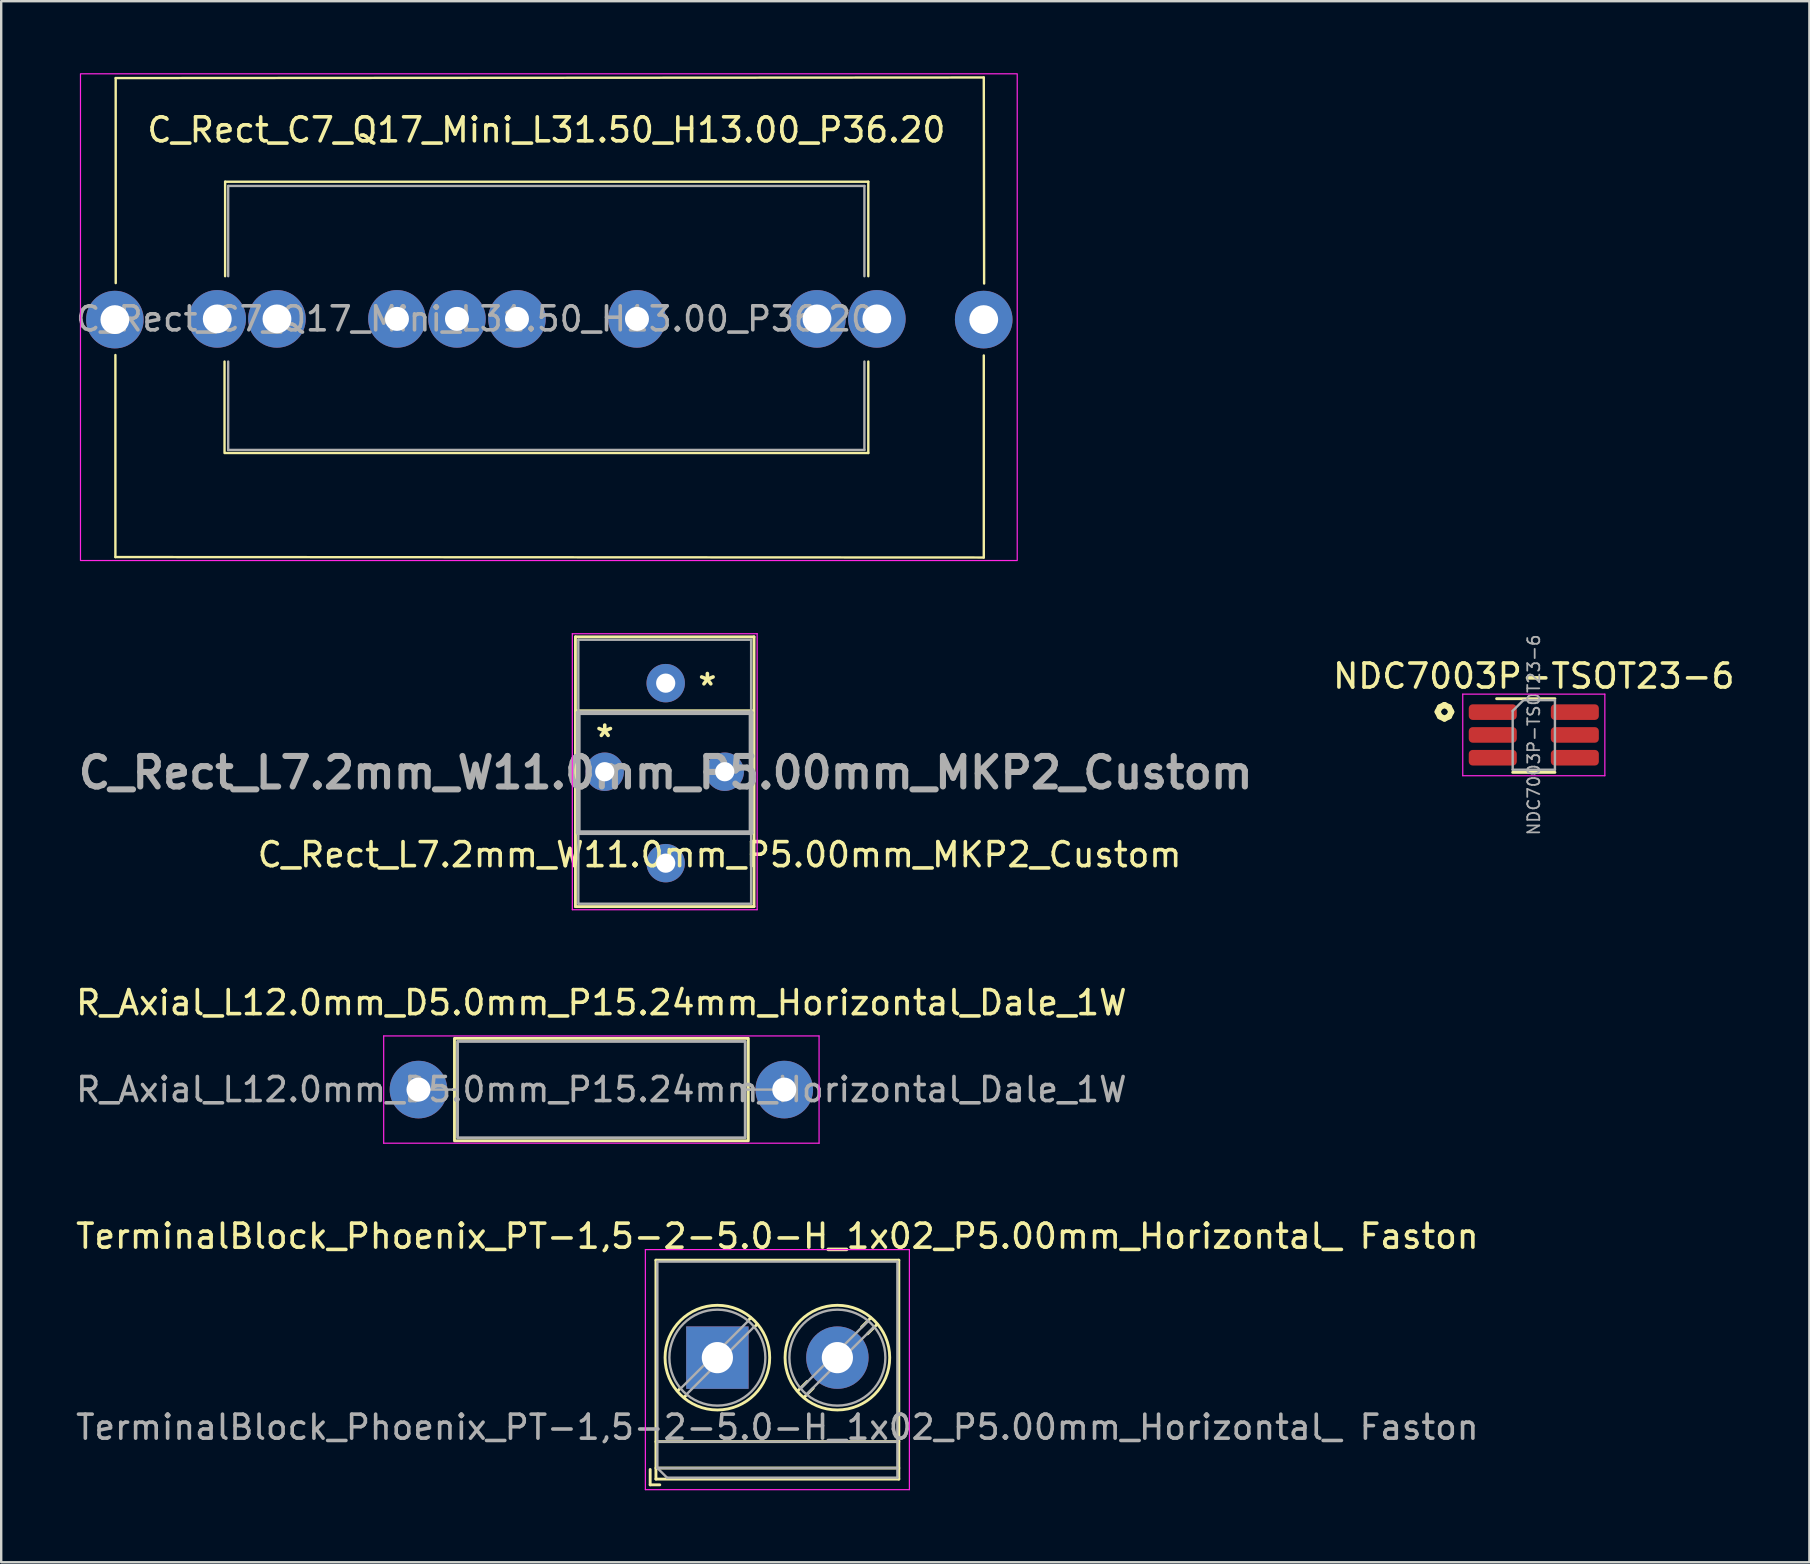
<source format=kicad_pcb>
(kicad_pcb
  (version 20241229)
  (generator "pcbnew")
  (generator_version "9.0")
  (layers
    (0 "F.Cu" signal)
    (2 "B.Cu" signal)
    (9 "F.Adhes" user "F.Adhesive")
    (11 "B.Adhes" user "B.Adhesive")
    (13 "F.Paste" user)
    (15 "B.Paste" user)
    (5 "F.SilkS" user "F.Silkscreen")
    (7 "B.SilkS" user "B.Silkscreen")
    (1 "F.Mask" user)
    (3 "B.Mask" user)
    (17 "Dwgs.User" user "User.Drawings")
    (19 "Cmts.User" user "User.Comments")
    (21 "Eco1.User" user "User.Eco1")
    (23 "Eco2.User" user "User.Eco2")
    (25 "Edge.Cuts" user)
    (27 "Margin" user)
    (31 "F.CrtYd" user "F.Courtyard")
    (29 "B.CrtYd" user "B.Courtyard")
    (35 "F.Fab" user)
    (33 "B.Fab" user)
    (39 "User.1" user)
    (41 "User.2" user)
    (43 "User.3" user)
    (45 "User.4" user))
  (footprint "R_Axial_L12.0mm_D5.0mm_P15.24mm_Horizontal_Dale_1W"
    (layer "F.Cu")
    (at 14.386 42.347)
    (property "Reference" "R_Axial_L12.0mm_D5.0mm_P15.24mm_Horizontal_Dale_1W" (at 7.62 -3.62 0) (layer "F.SilkS") (effects (font (size 1 1) (thickness 0.15))))
    (attr through_hole)
    (fp_line (start 1.44 0) (end 1.5 0) (stroke (width 0.12) (type solid)) (layer "F.SilkS"))
    (fp_line (start 13.8 0) (end 13.74 0) (stroke (width 0.12) (type solid)) (layer "F.SilkS"))
    (fp_rect (start 1.499 -2.134) (end 13.741 2.134) (stroke (width 0.12) (type solid)) (fill no) (layer "F.SilkS"))
    (fp_line (start -1.45 -2.235) (end -1.45 2.235) (stroke (width 0.05) (type solid)) (layer "F.CrtYd"))
    (fp_line (start -1.45 2.235) (end 16.69 2.235) (stroke (width 0.05) (type solid)) (layer "F.CrtYd"))
    (fp_line (start 16.69 -2.235) (end -1.45 -2.235) (stroke (width 0.05) (type solid)) (layer "F.CrtYd"))
    (fp_line (start 16.69 2.235) (end 16.69 -2.235) (stroke (width 0.05) (type solid)) (layer "F.CrtYd"))
    (fp_line (start 0 0) (end 1.62 0) (stroke (width 0.1) (type solid)) (layer "F.Fab"))
    (fp_line (start 15.24 0) (end 13.62 0) (stroke (width 0.1) (type solid)) (layer "F.Fab"))
    (fp_rect (start 1.626 -2.007) (end 13.614 2.007) (stroke (width 0.12) (type solid)) (fill no) (layer "F.Fab"))
    (fp_text user "${REFERENCE}" (at 7.62 0 0) (layer "F.Fab") (effects (font (size 1 1) (thickness 0.15))))
    (pad "1" thru_hole circle (at 0 0) (size 2.4 2.4) (drill 1) (layers "*.Cu" "*.Mask"))
    (pad "2" thru_hole circle (at 15.24 0) (size 2.4 2.4) (drill 1) (layers "*.Cu" "*.Mask")))
  (footprint "C_Rect_C7_Q17_Mini_L31.50_H13.00_P36.20"
    (layer "F.Cu")
    (at 8.489 10.236)
    (property "Reference" "C_Rect_C7_Q17_Mini_L31.50_H13.00_P36.20" (at 11.227 -7.874 0) (layer "F.SilkS") (effects (font (size 1 1) (thickness 0.15))))
    (attr through_hole)
    (fp_line (start -6.731 9.924) (end -6.731 1.506) (stroke (width 0.1) (type solid)) (layer "F.SilkS"))
    (fp_line (start -6.719 -10.033) (end 29.45 -10.058) (stroke (width 0.1) (type solid)) (layer "F.SilkS"))
    (fp_line (start -6.717 -1.491) (end -6.719 -10.033) (stroke (width 0.1) (type solid)) (layer "F.SilkS"))
    (fp_line (start -2.184 1.778) (end -2.184 5.588) (stroke (width 0.1) (type solid)) (layer "F.SilkS"))
    (fp_line (start -2.159 -5.715) (end -2.159 -1.778) (stroke (width 0.1) (type solid)) (layer "F.SilkS"))
    (fp_line (start -2.159 -5.715) (end 24.638 -5.715) (stroke (width 0.1) (type solid)) (layer "F.SilkS"))
    (fp_line (start 24.638 -5.715) (end 24.638 -1.778) (stroke (width 0.1) (type solid)) (layer "F.SilkS"))
    (fp_line (start 24.638 1.778) (end 24.638 5.588) (stroke (width 0.1) (type solid)) (layer "F.SilkS"))
    (fp_line (start 24.638 5.588) (end -2.159 5.588) (stroke (width 0.1) (type solid)) (layer "F.SilkS"))
    (fp_line (start 29.45 9.942) (end -6.731 9.924) (stroke (width 0.1) (type solid)) (layer "F.SilkS"))
    (fp_line (start 29.45 9.942) (end 29.45 1.524) (stroke (width 0.1) (type solid)) (layer "F.SilkS"))
    (fp_line (start 29.464 -1.473) (end 29.45 -10.058) (stroke (width 0.1) (type solid)) (layer "F.SilkS"))
    (fp_rect (start -8.186 -10.211) (end 30.843 10.068) (stroke (width 0.05) (type solid)) (fill no) (layer "F.CrtYd"))
    (fp_line (start -2.032 -5.539) (end -2.032 -1.778) (stroke (width 0.1) (type solid)) (layer "F.Fab"))
    (fp_line (start -2.032 -5.539) (end 24.476 -5.539) (stroke (width 0.1) (type solid)) (layer "F.Fab"))
    (fp_line (start -2.032 1.778) (end -2.032 5.461) (stroke (width 0.1) (type solid)) (layer "F.Fab"))
    (fp_line (start 24.476 -5.539) (end 24.476 -1.778) (stroke (width 0.1) (type solid)) (layer "F.Fab"))
    (fp_line (start 24.476 1.778) (end 24.476 5.461) (stroke (width 0.1) (type solid)) (layer "F.Fab"))
    (fp_line (start 24.476 5.461) (end -2.032 5.461) (stroke (width 0.1) (type solid)) (layer "F.Fab"))
    (fp_text user "${REFERENCE}" (at 8.255 0 0) (layer "F.Fab") (effects (font (size 1 1) (thickness 0.15))))
    (pad "1" thru_hole circle (at -6.753 0.03) (size 2.4 2.4) (drill 1.2) (layers "*.Cu" "*.Mask"))
    (pad "1" thru_hole circle (at -2.489 0) (size 2.4 2.4) (drill 1.2) (layers "*.Cu" "*.Mask"))
    (pad "1" thru_hole circle (at 0 0) (size 2.4 2.4) (drill 1.2) (layers "*.Cu" "*.Mask"))
    (pad "2" thru_hole circle (at 5 0 180) (size 2.4 2.4) (drill 1) (layers "*.Cu" "*.Mask"))
    (pad "2" thru_hole circle (at 7.5 0 180) (size 2.4 2.4) (drill 1) (layers "*.Cu" "*.Mask"))
    (pad "2" thru_hole circle (at 10 0 180) (size 2.4 2.4) (drill 1) (layers "*.Cu" "*.Mask"))
    (pad "2" thru_hole circle (at 15 0 180) (size 2.4 2.4) (drill 1) (layers "*.Cu" "*.Mask"))
    (pad "2" thru_hole circle (at 22.5 0 180) (size 2.4 2.4) (drill 1.2) (layers "*.Cu" "*.Mask"))
    (pad "2" thru_hole circle (at 24.994 0 180) (size 2.4 2.4) (drill 1.2) (layers "*.Cu" "*.Mask"))
    (pad "2" thru_hole circle (at 29.447 0.03 180) (size 2.4 2.4) (drill 1.2) (layers "*.Cu" "*.Mask")))
  (footprint "C_Rect_L7.2mm_W11.0mm_P5.00mm_MKP2_Custom"
    (layer "F.Cu")
    (at 22.146 29.103)
    (property "Reference" "C_Rect_L7.2mm_W11.0mm_P5.00mm_MKP2_Custom" (at 4.786 3.458 0) (layer "F.SilkS") (effects (font (size 1 1) (thickness 0.15))))
    (attr through_hole)
    (fp_line (start -1.22 -5.62) (end -1.22 5.62) (stroke (width 0.12) (type solid)) (layer "F.SilkS"))
    (fp_line (start -1.22 -5.62) (end 6.22 -5.62) (stroke (width 0.12) (type solid)) (layer "F.SilkS"))
    (fp_line (start -1.22 5.62) (end 6.22 5.62) (stroke (width 0.12) (type solid)) (layer "F.SilkS"))
    (fp_line (start 6.198 -2.54) (end -1.219 -2.54) (stroke (width 0.12) (type solid)) (layer "F.SilkS"))
    (fp_line (start 6.198 2.54) (end -1.219 2.54) (stroke (width 0.1) (type solid)) (layer "F.SilkS"))
    (fp_line (start 6.22 -5.62) (end 6.22 5.62) (stroke (width 0.12) (type solid)) (layer "F.SilkS"))
    (fp_line (start -1.35 -5.75) (end -1.35 5.75) (stroke (width 0.05) (type solid)) (layer "F.CrtYd"))
    (fp_line (start -1.35 5.75) (end 6.35 5.75) (stroke (width 0.05) (type solid)) (layer "F.CrtYd"))
    (fp_line (start 6.35 -5.75) (end -1.35 -5.75) (stroke (width 0.05) (type solid)) (layer "F.CrtYd"))
    (fp_line (start 6.35 5.75) (end 6.35 -5.75) (stroke (width 0.05) (type solid)) (layer "F.CrtYd"))
    (fp_line (start -1.104 -2.46) (end 6.096 -2.46) (stroke (width 0.2) (type solid)) (layer "F.Fab"))
    (fp_line (start -1.104 2.54) (end -1.104 -2.46) (stroke (width 0.2) (type solid)) (layer "F.Fab"))
    (fp_line (start -1.1 -5.5) (end -1.1 5.5) (stroke (width 0.1) (type solid)) (layer "F.Fab"))
    (fp_line (start -1.1 5.5) (end 6.1 5.5) (stroke (width 0.1) (type solid)) (layer "F.Fab"))
    (fp_line (start 6.096 -2.46) (end 6.096 2.54) (stroke (width 0.2) (type solid)) (layer "F.Fab"))
    (fp_line (start 6.096 2.54) (end -1.104 2.54) (stroke (width 0.2) (type solid)) (layer "F.Fab"))
    (fp_line (start 6.1 -5.5) (end -1.1 -5.5) (stroke (width 0.1) (type solid)) (layer "F.Fab"))
    (fp_line (start 6.1 5.5) (end 6.1 -5.5) (stroke (width 0.1) (type solid)) (layer "F.Fab"))
    (fp_text user "*" (at 4.276 -3.546 0) (layer "F.SilkS") (effects (font (size 1 1) (thickness 0.15))))
    (fp_text user "*" (at 0 -1.397 0) (layer "F.SilkS") (effects (font (size 1 1) (thickness 0.15))))
    (fp_text user "${REFERENCE}" (at 2.54 0.04 0) (layer "F.Fab") (effects (font (size 1.27 1.27) (thickness 0.254))))
    (pad "1" thru_hole circle (at 0 0) (size 1.6 1.6) (drill 0.8) (layers "*.Cu" "*.Mask"))
    (pad "1" thru_hole circle (at 2.54 -3.69 270) (size 1.6 1.6) (drill 0.8) (layers "*.Cu" "*.Mask"))
    (pad "2" thru_hole circle (at 2.54 3.81 270) (size 1.6 1.6) (drill 0.8) (layers "*.Cu" "*.Mask"))
    (pad "2" thru_hole circle (at 5 0) (size 1.6 1.6) (drill 0.8) (layers "*.Cu" "*.Mask")))
  (footprint "NDC7003P-TSOT23-6"
    (layer "F.Cu")
    (at 60.855 27.57)
    (property "Reference" "NDC7003P-TSOT23-6" (at 0 -2.45 0) (layer "F.SilkS") (effects (font (size 1 1) (thickness 0.15))))
    (attr smd)
    (fp_line (start -0.88 1.56) (end 0.88 1.56) (stroke (width 0.12) (type solid)) (layer "F.SilkS"))
    (fp_line (start 0.88 -1.51) (end -1.55 -1.51) (stroke (width 0.12) (type solid)) (layer "F.SilkS"))
    (fp_line (start -2.96 -1.7) (end -2.96 1.7) (stroke (width 0.05) (type solid)) (layer "F.CrtYd"))
    (fp_line (start -2.96 -1.7) (end 2.96 -1.7) (stroke (width 0.05) (type solid)) (layer "F.CrtYd"))
    (fp_line (start 2.96 1.7) (end -2.96 1.7) (stroke (width 0.05) (type solid)) (layer "F.CrtYd"))
    (fp_line (start 2.96 1.7) (end 2.96 -1.7) (stroke (width 0.05) (type solid)) (layer "F.CrtYd"))
    (fp_line (start -0.88 -1) (end -0.88 1.45) (stroke (width 0.1) (type solid)) (layer "F.Fab"))
    (fp_line (start -0.88 -1) (end -0.43 -1.45) (stroke (width 0.1) (type solid)) (layer "F.Fab"))
    (fp_line (start 0.88 -1.45) (end -0.43 -1.45) (stroke (width 0.1) (type solid)) (layer "F.Fab"))
    (fp_line (start 0.88 -1.45) (end 0.88 1.45) (stroke (width 0.1) (type solid)) (layer "F.Fab"))
    (fp_line (start 0.88 1.45) (end -0.88 1.45) (stroke (width 0.1) (type solid)) (layer "F.Fab"))
    (fp_text user "°" (at -2.921 -0.963 90) (unlocked yes) (layer "F.SilkS") (effects (font (size 2 2) (thickness 0.25))))
    (fp_text user "${REFERENCE}" (at 0 0 90) (layer "F.Fab") (effects (font (size 0.5 0.5) (thickness 0.075))))
    (pad "1" smd roundrect (at -1.71 -0.95) (size 2 0.65) (layers "F.Cu" "F.Mask" "F.Paste") (roundrect_rratio 0.25))
    (pad "2" smd roundrect (at -1.71 0) (size 2 0.65) (layers "F.Cu" "F.Mask" "F.Paste") (roundrect_rratio 0.25))
    (pad "3" smd roundrect (at -1.71 0.95) (size 2 0.65) (layers "F.Cu" "F.Mask" "F.Paste") (roundrect_rratio 0.25))
    (pad "4" smd roundrect (at 1.71 0.95) (size 2 0.65) (layers "F.Cu" "F.Mask" "F.Paste") (roundrect_rratio 0.25))
    (pad "5" smd roundrect (at 1.71 0) (size 2 0.65) (layers "F.Cu" "F.Mask" "F.Paste") (roundrect_rratio 0.25))
    (pad "6" smd roundrect (at 1.71 -0.95) (size 2 0.65) (layers "F.Cu" "F.Mask" "F.Paste") (roundrect_rratio 0.25)))
  (footprint "TerminalBlock_Phoenix_PT-1,5-2-5.0-H_1x02_P5.00mm_Horizontal_ Faston"
    (layer "F.Cu")
    (at 26.839 53.515)
    (property "Reference" "TerminalBlock_Phoenix_PT-1,5-2-5.0-H_1x02_P5.00mm_Horizontal_ Faston" (at 2.5 -5.06 0) (layer "F.SilkS") (effects (font (size 1 1) (thickness 0.15))))
    (attr through_hole)
    (fp_line (start -2.8 4.66) (end -2.8 5.3) (stroke (width 0.12) (type solid)) (layer "F.SilkS"))
    (fp_line (start -2.8 5.3) (end -2.4 5.3) (stroke (width 0.12) (type solid)) (layer "F.SilkS"))
    (fp_line (start -2.56 -4.06) (end -2.56 5.06) (stroke (width 0.12) (type solid)) (layer "F.SilkS"))
    (fp_line (start -2.56 -4.06) (end 7.56 -4.06) (stroke (width 0.12) (type solid)) (layer "F.SilkS"))
    (fp_line (start -2.56 3.5) (end 7.56 3.5) (stroke (width 0.12) (type solid)) (layer "F.SilkS"))
    (fp_line (start -2.56 4.6) (end 7.56 4.6) (stroke (width 0.12) (type solid)) (layer "F.SilkS"))
    (fp_line (start -2.56 5.06) (end 7.56 5.06) (stroke (width 0.12) (type solid)) (layer "F.SilkS"))
    (fp_line (start -1.548 1.281) (end -1.654 1.388) (stroke (width 0.12) (type solid)) (layer "F.SilkS"))
    (fp_line (start -1.282 1.547) (end -1.388 1.654) (stroke (width 0.12) (type solid)) (layer "F.SilkS"))
    (fp_line (start 1.388 -1.654) (end 1.281 -1.547) (stroke (width 0.12) (type solid)) (layer "F.SilkS"))
    (fp_line (start 1.654 -1.388) (end 1.547 -1.281) (stroke (width 0.12) (type solid)) (layer "F.SilkS"))
    (fp_line (start 3.742 0.992) (end 3.347 1.388) (stroke (width 0.12) (type solid)) (layer "F.SilkS"))
    (fp_line (start 3.993 1.274) (end 3.613 1.654) (stroke (width 0.12) (type solid)) (layer "F.SilkS"))
    (fp_line (start 6.388 -1.654) (end 6.008 -1.274) (stroke (width 0.12) (type solid)) (layer "F.SilkS"))
    (fp_line (start 6.654 -1.388) (end 6.259 -0.992) (stroke (width 0.12) (type solid)) (layer "F.SilkS"))
    (fp_line (start 7.56 -4.06) (end 7.56 5.06) (stroke (width 0.12) (type solid)) (layer "F.SilkS"))
    (fp_circle (center 0 0) (end 2.18 0) (stroke (width 0.12) (type solid)) (fill no) (layer "F.SilkS"))
    (fp_circle (center 5 0) (end 7.18 0) (stroke (width 0.12) (type solid)) (fill no) (layer "F.SilkS"))
    (fp_line (start -3 -4.5) (end -3 5.5) (stroke (width 0.05) (type solid)) (layer "F.CrtYd"))
    (fp_line (start -3 5.5) (end 8 5.5) (stroke (width 0.05) (type solid)) (layer "F.CrtYd"))
    (fp_line (start 8 -4.5) (end -3 -4.5) (stroke (width 0.05) (type solid)) (layer "F.CrtYd"))
    (fp_line (start 8 5.5) (end 8 -4.5) (stroke (width 0.05) (type solid)) (layer "F.CrtYd"))
    (fp_line (start -2.5 -4) (end 7.5 -4) (stroke (width 0.1) (type solid)) (layer "F.Fab"))
    (fp_line (start -2.5 3.5) (end 7.5 3.5) (stroke (width 0.1) (type solid)) (layer "F.Fab"))
    (fp_line (start -2.5 4.6) (end -2.5 -4) (stroke (width 0.1) (type solid)) (layer "F.Fab"))
    (fp_line (start -2.5 4.6) (end 7.5 4.6) (stroke (width 0.1) (type solid)) (layer "F.Fab"))
    (fp_line (start -2.1 5) (end -2.5 4.6) (stroke (width 0.1) (type solid)) (layer "F.Fab"))
    (fp_line (start 1.273 -1.517) (end -1.517 1.273) (stroke (width 0.1) (type solid)) (layer "F.Fab"))
    (fp_line (start 1.517 -1.273) (end -1.273 1.517) (stroke (width 0.1) (type solid)) (layer "F.Fab"))
    (fp_line (start 6.273 -1.517) (end 3.484 1.273) (stroke (width 0.1) (type solid)) (layer "F.Fab"))
    (fp_line (start 6.517 -1.273) (end 3.728 1.517) (stroke (width 0.1) (type solid)) (layer "F.Fab"))
    (fp_line (start 7.5 -4) (end 7.5 5) (stroke (width 0.1) (type solid)) (layer "F.Fab"))
    (fp_line (start 7.5 5) (end -2.1 5) (stroke (width 0.1) (type solid)) (layer "F.Fab"))
    (fp_circle (center 0 0) (end 2 0) (stroke (width 0.1) (type solid)) (fill no) (layer "F.Fab"))
    (fp_circle (center 5 0) (end 7 0) (stroke (width 0.1) (type solid)) (fill no) (layer "F.Fab"))
    (fp_text user "${REFERENCE}" (at 2.5 2.9 0) (layer "F.Fab") (effects (font (size 1 1) (thickness 0.15))))
    (pad "1" thru_hole rect (at 0 0) (size 2.6 2.6) (drill 1.3) (layers "*.Cu" "*.Mask"))
    (pad "2" thru_hole circle (at 5 0) (size 2.6 2.6) (drill 1.3) (layers "*.Cu" "*.Mask")))
  (gr_rect
    (start -3 -3)
    (end 72.337 62.04)
    (stroke (width 0.1) (type default))
    (fill no)
    (layer "Edge.Cuts")))
</source>
